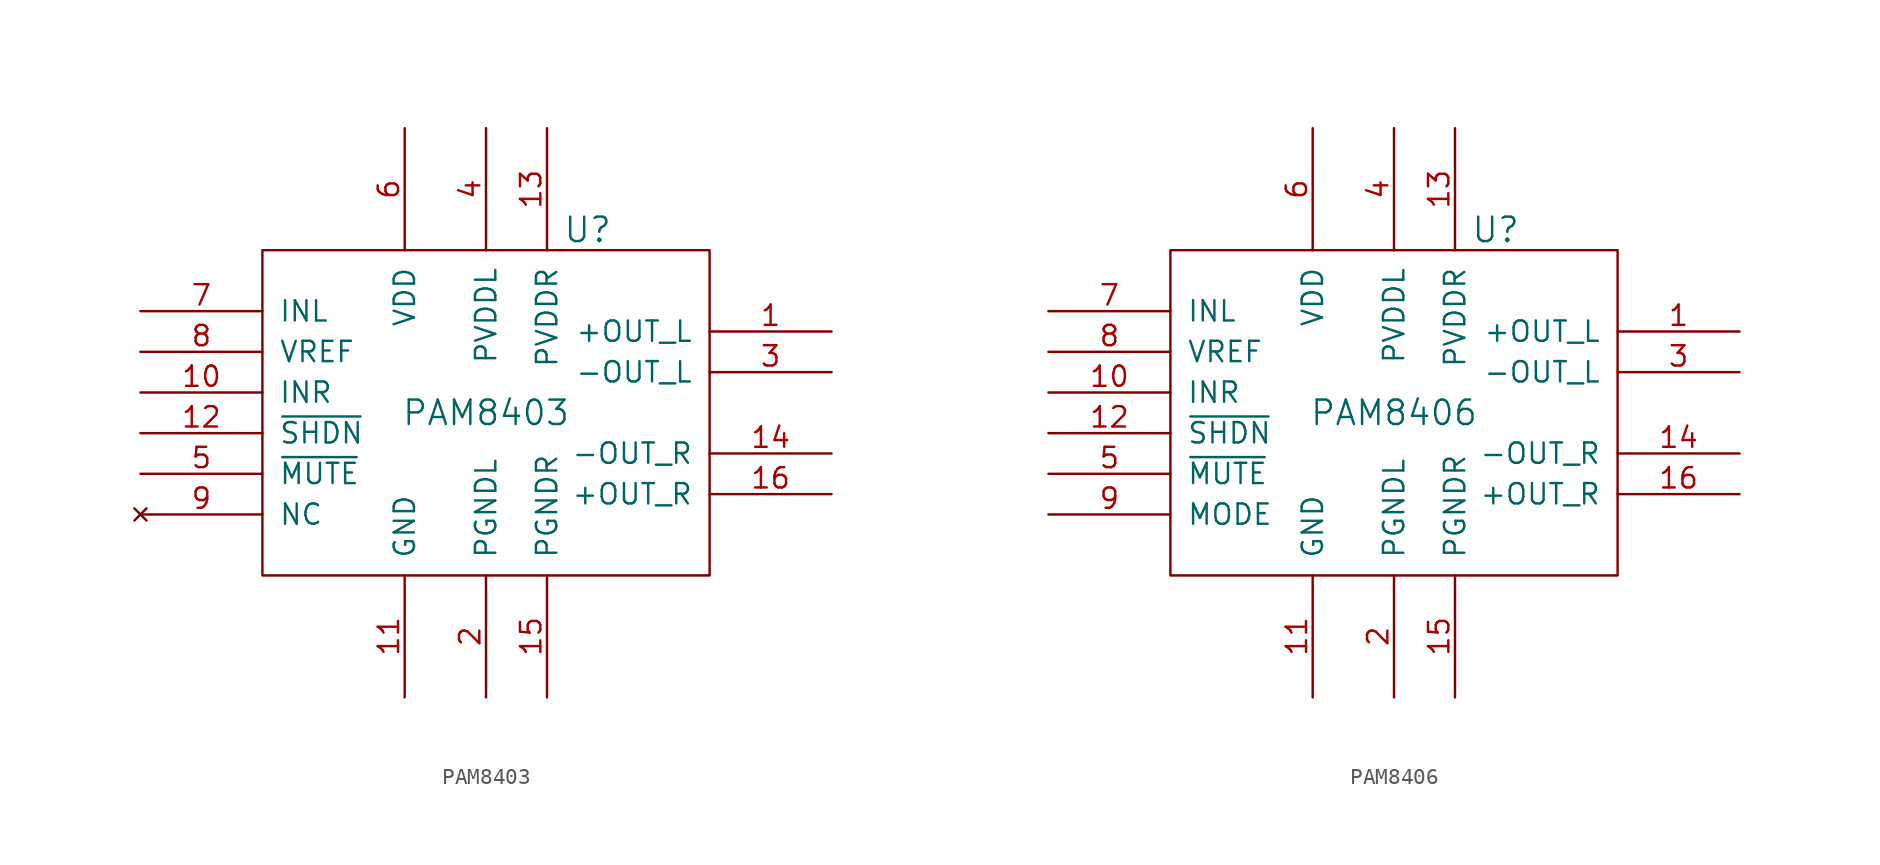
<source format=kicad_sym>
(kicad_symbol_lib
  (version 20211014)
  (generator kicad_symbol_editor)
  (symbol "PAM8403"
    (pin_names
      (offset 1.016))
    (property "Reference" "U"
      (at 6.35 11.43 0)
      (effects (font (size 1.524 1.524))))
    (property "Value" "PAM8403"
      (at 0 0 0)
      (effects (font (size 1.524 1.524))))
    (property "Footprint" ""
      (at -1.27 -1.27 0)
      (effects (font (size 1.524 1.524))))
    (property "Datasheet" ""
      (at -1.27 -1.27 0)
      (effects (font (size 1.524 1.524))))
    (symbol "PAM8403_0_1"
      (rectangle (start -13.97 10.16) (end 13.97 -10.16) (stroke (width 0) (type default) (color 0 0 0 0)) (fill (type none))))
    (symbol "PAM8403_1_1"
      (pin output line (at 21.59 5.08 180) (length 7.62) (name "+OUT_L" (effects (font (size 1.27 1.27)))) (number "1" (effects (font (size 1.27 1.27)))))
      (pin input line (at -21.59 1.27 0) (length 7.62) (name "INR" (effects (font (size 1.27 1.27)))) (number "10" (effects (font (size 1.27 1.27)))))
      (pin power_in line (at -5.08 -17.78 90) (length 7.62) (name "GND" (effects (font (size 1.27 1.27)))) (number "11" (effects (font (size 1.27 1.27)))))
      (pin input line (at -21.59 -1.27 0) (length 7.62) (name "~{SHDN}" (effects (font (size 1.27 1.27)))) (number "12" (effects (font (size 1.27 1.27)))))
      (pin power_in line (at 3.81 17.78 270) (length 7.62) (name "PVDDR" (effects (font (size 1.27 1.27)))) (number "13" (effects (font (size 1.27 1.27)))))
      (pin output line (at 21.59 -2.54 180) (length 7.62) (name "-OUT_R" (effects (font (size 1.27 1.27)))) (number "14" (effects (font (size 1.27 1.27)))))
      (pin power_in line (at 3.81 -17.78 90) (length 7.62) (name "PGNDR" (effects (font (size 1.27 1.27)))) (number "15" (effects (font (size 1.27 1.27)))))
      (pin output line (at 21.59 -5.08 180) (length 7.62) (name "+OUT_R" (effects (font (size 1.27 1.27)))) (number "16" (effects (font (size 1.27 1.27)))))
      (pin power_in line (at 0 -17.78 90) (length 7.62) (name "PGNDL" (effects (font (size 1.27 1.27)))) (number "2" (effects (font (size 1.27 1.27)))))
      (pin output line (at 21.59 2.54 180) (length 7.62) (name "-OUT_L" (effects (font (size 1.27 1.27)))) (number "3" (effects (font (size 1.27 1.27)))))
      (pin power_in line (at 0 17.78 270) (length 7.62) (name "PVDDL" (effects (font (size 1.27 1.27)))) (number "4" (effects (font (size 1.27 1.27)))))
      (pin input line (at -21.59 -3.81 0) (length 7.62) (name "~{MUTE}" (effects (font (size 1.27 1.27)))) (number "5" (effects (font (size 1.27 1.27)))))
      (pin power_in line (at -5.08 17.78 270) (length 7.62) (name "VDD" (effects (font (size 1.27 1.27)))) (number "6" (effects (font (size 1.27 1.27)))))
      (pin input line (at -21.59 6.35 0) (length 7.62) (name "INL" (effects (font (size 1.27 1.27)))) (number "7" (effects (font (size 1.27 1.27)))))
      (pin input line (at -21.59 3.81 0) (length 7.62) (name "VREF" (effects (font (size 1.27 1.27)))) (number "8" (effects (font (size 1.27 1.27)))))
      (pin no_connect line (at -21.59 -6.35 0) (length 7.62) (name "NC" (effects (font (size 1.27 1.27)))) (number "9" (effects (font (size 1.27 1.27)))))))
  (symbol "PAM8406"
    (pin_names
      (offset 1.016))
    (property "Reference" "U"
      (at 6.35 11.43 0)
      (effects (font (size 1.524 1.524))))
    (property "Value" "PAM8406"
      (at 0 0 0)
      (effects (font (size 1.524 1.524))))
    (property "Footprint" ""
      (at -1.27 -1.27 0)
      (effects (font (size 1.524 1.524))))
    (property "Datasheet" ""
      (at -1.27 -1.27 0)
      (effects (font (size 1.524 1.524))))
    (symbol "PAM8406_0_1"
      (rectangle (start -13.97 10.16) (end 13.97 -10.16) (stroke (width 0) (type default) (color 0 0 0 0)) (fill (type none))))
    (symbol "PAM8406_1_1"
      (pin output line (at 21.59 5.08 180) (length 7.62) (name "+OUT_L" (effects (font (size 1.27 1.27)))) (number "1" (effects (font (size 1.27 1.27)))))
      (pin input line (at -21.59 1.27 0) (length 7.62) (name "INR" (effects (font (size 1.27 1.27)))) (number "10" (effects (font (size 1.27 1.27)))))
      (pin power_in line (at -5.08 -17.78 90) (length 7.62) (name "GND" (effects (font (size 1.27 1.27)))) (number "11" (effects (font (size 1.27 1.27)))))
      (pin input line (at -21.59 -1.27 0) (length 7.62) (name "~{SHDN}" (effects (font (size 1.27 1.27)))) (number "12" (effects (font (size 1.27 1.27)))))
      (pin power_in line (at 3.81 17.78 270) (length 7.62) (name "PVDDR" (effects (font (size 1.27 1.27)))) (number "13" (effects (font (size 1.27 1.27)))))
      (pin output line (at 21.59 -2.54 180) (length 7.62) (name "-OUT_R" (effects (font (size 1.27 1.27)))) (number "14" (effects (font (size 1.27 1.27)))))
      (pin power_in line (at 3.81 -17.78 90) (length 7.62) (name "PGNDR" (effects (font (size 1.27 1.27)))) (number "15" (effects (font (size 1.27 1.27)))))
      (pin output line (at 21.59 -5.08 180) (length 7.62) (name "+OUT_R" (effects (font (size 1.27 1.27)))) (number "16" (effects (font (size 1.27 1.27)))))
      (pin power_in line (at 0 -17.78 90) (length 7.62) (name "PGNDL" (effects (font (size 1.27 1.27)))) (number "2" (effects (font (size 1.27 1.27)))))
      (pin output line (at 21.59 2.54 180) (length 7.62) (name "-OUT_L" (effects (font (size 1.27 1.27)))) (number "3" (effects (font (size 1.27 1.27)))))
      (pin power_in line (at 0 17.78 270) (length 7.62) (name "PVDDL" (effects (font (size 1.27 1.27)))) (number "4" (effects (font (size 1.27 1.27)))))
      (pin input line (at -21.59 -3.81 0) (length 7.62) (name "~{MUTE}" (effects (font (size 1.27 1.27)))) (number "5" (effects (font (size 1.27 1.27)))))
      (pin power_in line (at -5.08 17.78 270) (length 7.62) (name "VDD" (effects (font (size 1.27 1.27)))) (number "6" (effects (font (size 1.27 1.27)))))
      (pin input line (at -21.59 6.35 0) (length 7.62) (name "INL" (effects (font (size 1.27 1.27)))) (number "7" (effects (font (size 1.27 1.27)))))
      (pin input line (at -21.59 3.81 0) (length 7.62) (name "VREF" (effects (font (size 1.27 1.27)))) (number "8" (effects (font (size 1.27 1.27)))))
      (pin input line (at -21.59 -6.35 0) (length 7.62) (name "MODE" (effects (font (size 1.27 1.27)))) (number "9" (effects (font (size 1.27 1.27))))))))
</source>
